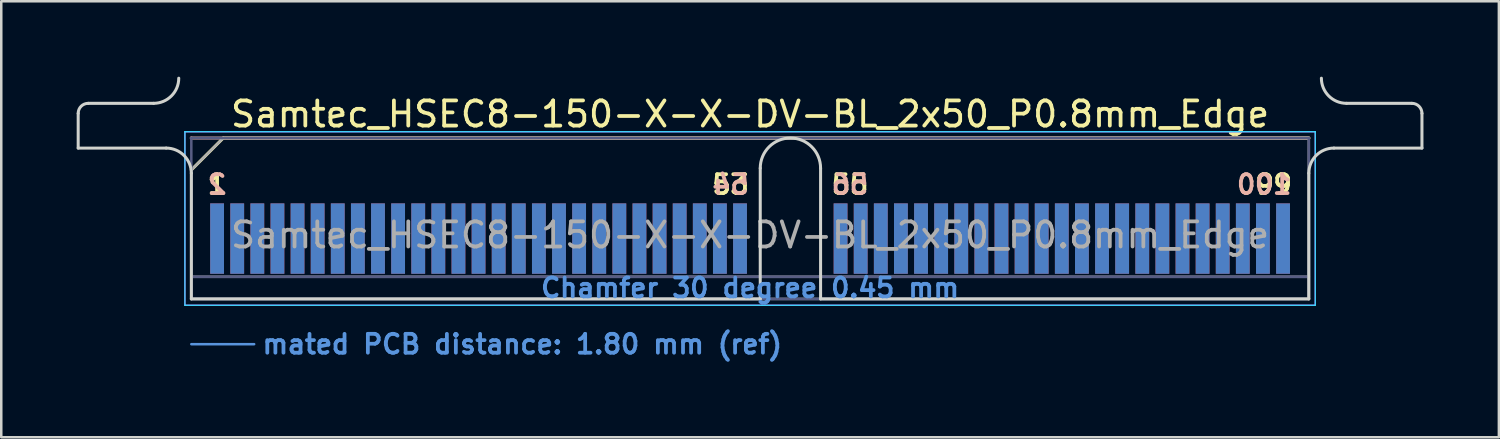
<source format=kicad_pcb>
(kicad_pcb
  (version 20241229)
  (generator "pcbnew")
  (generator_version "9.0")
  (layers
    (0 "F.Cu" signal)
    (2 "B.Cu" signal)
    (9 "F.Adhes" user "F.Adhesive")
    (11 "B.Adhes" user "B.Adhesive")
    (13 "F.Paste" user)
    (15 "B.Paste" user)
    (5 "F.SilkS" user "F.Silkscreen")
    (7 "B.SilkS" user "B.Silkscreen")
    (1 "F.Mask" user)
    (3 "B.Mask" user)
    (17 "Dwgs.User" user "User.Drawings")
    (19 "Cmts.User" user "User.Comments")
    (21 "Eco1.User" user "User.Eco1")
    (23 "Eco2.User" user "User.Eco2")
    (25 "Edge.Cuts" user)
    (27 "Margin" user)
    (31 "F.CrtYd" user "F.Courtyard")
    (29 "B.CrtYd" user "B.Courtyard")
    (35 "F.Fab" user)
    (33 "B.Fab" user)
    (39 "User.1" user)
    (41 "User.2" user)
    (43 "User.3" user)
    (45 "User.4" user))
  (footprint "Samtec_HSEC8-150-X-X-DV-BL_2x50_P0.8mm_Edge"
    (layer "F.Cu")
    (at 26.785 8.84)
    (property "Reference" "Samtec_HSEC8-150-X-X-DV-BL_2x50_P0.8mm_Edge" (at 0 -7.35 0) (layer "F.SilkS") (effects (font (size 1 1) (thickness 0.15))))
    (attr exclude_from_pos_files exclude_from_bom)
    (fp_line (start -22.225 -5.13) (end -20.955 -6.4) (stroke (width 0.12) (type solid)) (layer "F.SilkS"))
    (fp_line (start -20.955 -6.4) (end 22.225 -6.4) (stroke (width 0.12) (type solid)) (layer "F.SilkS"))
    (fp_line (start -22.225 -6.4) (end -22.225 -6.4) (stroke (width 0.12) (type solid)) (layer "B.SilkS"))
    (fp_line (start -22.225 -6.4) (end 22.225 -6.4) (stroke (width 0.12) (type solid)) (layer "B.SilkS"))
    (fp_line (start -22.225 1.8) (end -19.725 1.8) (stroke (width 0.1) (type solid)) (layer "Cmts.User"))
    (fp_line (start -26.725 -6) (end -26.725 -7.38) (stroke (width 0.12) (type solid)) (layer "Edge.Cuts"))
    (fp_line (start -26.325 -7.78) (end -23.725 -7.78) (stroke (width 0.12) (type solid)) (layer "Edge.Cuts"))
    (fp_line (start -23.225 -6) (end -26.725 -6) (stroke (width 0.12) (type solid)) (layer "Edge.Cuts"))
    (fp_line (start -22.225 -5) (end -22.225 0) (stroke (width 0.12) (type solid)) (layer "Edge.Cuts"))
    (fp_line (start -22.225 0) (end 0.405 0) (stroke (width 0.12) (type solid)) (layer "Edge.Cuts"))
    (fp_line (start 0.405 0) (end 0.405 -5.2) (stroke (width 0.12) (type solid)) (layer "Edge.Cuts"))
    (fp_line (start 2.805 -5.2) (end 2.805 0) (stroke (width 0.12) (type solid)) (layer "Edge.Cuts"))
    (fp_line (start 2.805 0) (end 22.225 0) (stroke (width 0.12) (type solid)) (layer "Edge.Cuts"))
    (fp_line (start 22.225 0) (end 22.225 -5) (stroke (width 0.12) (type solid)) (layer "Edge.Cuts"))
    (fp_line (start 23.225 -6) (end 26.725 -6) (stroke (width 0.12) (type solid)) (layer "Edge.Cuts"))
    (fp_line (start 26.325 -7.78) (end 23.725 -7.78) (stroke (width 0.12) (type solid)) (layer "Edge.Cuts"))
    (fp_line (start 26.725 -6) (end 26.725 -7.38) (stroke (width 0.12) (type solid)) (layer "Edge.Cuts"))
    (fp_arc (start -26.725 -7.38) (mid -26.607843 -7.662843) (end -26.325 -7.78) (stroke (width 0.12) (type solid)) (layer "Edge.Cuts"))
    (fp_arc (start -23.225 -6) (mid -22.517893 -5.707107) (end -22.225 -5) (stroke (width 0.12) (type solid)) (layer "Edge.Cuts"))
    (fp_arc (start -22.725 -8.78) (mid -23.017893 -8.072893) (end -23.725 -7.78) (stroke (width 0.12) (type solid)) (layer "Edge.Cuts"))
    (fp_arc (start 0.405 -5.2) (mid 1.605 -6.4) (end 2.805 -5.2) (stroke (width 0.12) (type solid)) (layer "Edge.Cuts"))
    (fp_arc (start 22.225 -5) (mid 22.517893 -5.707107) (end 23.225 -6) (stroke (width 0.12) (type solid)) (layer "Edge.Cuts"))
    (fp_arc (start 23.725 -7.78) (mid 23.017893 -8.072893) (end 22.725 -8.78) (stroke (width 0.12) (type solid)) (layer "Edge.Cuts"))
    (fp_arc (start 26.325 -7.78) (mid 26.607843 -7.662843) (end 26.725 -7.38) (stroke (width 0.12) (type solid)) (layer "Edge.Cuts"))
    (fp_line (start -22.48 -6.65) (end -22.48 0.25) (stroke (width 0.05) (type solid)) (layer "B.CrtYd"))
    (fp_line (start -22.48 0.25) (end 22.48 0.25) (stroke (width 0.05) (type solid)) (layer "B.CrtYd"))
    (fp_line (start 22.48 -6.65) (end -22.48 -6.65) (stroke (width 0.05) (type solid)) (layer "B.CrtYd"))
    (fp_line (start 22.48 0.25) (end 22.48 -6.65) (stroke (width 0.05) (type solid)) (layer "B.CrtYd"))
    (fp_line (start -22.48 -6.65) (end -22.48 0.25) (stroke (width 0.05) (type solid)) (layer "F.CrtYd"))
    (fp_line (start -22.48 0.25) (end 22.48 0.25) (stroke (width 0.05) (type solid)) (layer "F.CrtYd"))
    (fp_line (start 22.48 -6.65) (end -22.48 -6.65) (stroke (width 0.05) (type solid)) (layer "F.CrtYd"))
    (fp_line (start 22.48 0.25) (end 22.48 -6.65) (stroke (width 0.05) (type solid)) (layer "F.CrtYd"))
    (fp_line (start -22.225 -6.4) (end -22.225 -6.4) (stroke (width 0.1) (type solid)) (layer "B.Fab"))
    (fp_line (start -22.225 -6.4) (end -22.225 0) (stroke (width 0.1) (type solid)) (layer "B.Fab"))
    (fp_line (start -22.225 -6.4) (end 22.225 -6.4) (stroke (width 0.1) (type solid)) (layer "B.Fab"))
    (fp_line (start -22.225 -0.88) (end 22.225 -0.88) (stroke (width 0.1) (type solid)) (layer "B.Fab"))
    (fp_line (start -22.225 0) (end 22.225 0) (stroke (width 0.1) (type solid)) (layer "B.Fab"))
    (fp_line (start 22.225 -6.4) (end 22.225 0) (stroke (width 0.1) (type solid)) (layer "B.Fab"))
    (fp_line (start -22.225 -5.13) (end -22.225 0) (stroke (width 0.1) (type solid)) (layer "F.Fab"))
    (fp_line (start -22.225 -5.13) (end -20.955 -6.4) (stroke (width 0.1) (type solid)) (layer "F.Fab"))
    (fp_line (start -22.225 -0.88) (end 22.225 -0.88) (stroke (width 0.1) (type solid)) (layer "F.Fab"))
    (fp_line (start -22.225 0) (end 22.225 0) (stroke (width 0.1) (type solid)) (layer "F.Fab"))
    (fp_line (start -20.955 -6.4) (end 22.225 -6.4) (stroke (width 0.1) (type solid)) (layer "F.Fab"))
    (fp_line (start 22.225 -6.4) (end 22.225 0) (stroke (width 0.1) (type solid)) (layer "F.Fab"))
    (fp_text user "55" (at 3.975 -4.55 0) (layer "F.SilkS") (effects (font (size 0.75 0.75) (thickness 0.15))))
    (fp_text user "53" (at -0.775 -4.55 0) (layer "F.SilkS") (effects (font (size 0.75 0.75) (thickness 0.15))))
    (fp_text user "99" (at 20.825 -4.55 0) (layer "F.SilkS") (effects (font (size 0.75 0.75) (thickness 0.15))))
    (fp_text user "1" (at -21.2 -4.55 0) (layer "F.SilkS") (effects (font (size 0.75 0.75) (thickness 0.15))))
    (fp_text user "56" (at 3.975 -4.55 0) (layer "B.SilkS") (effects (font (size 0.75 0.75) (thickness 0.15)) (justify mirror)))
    (fp_text user "2" (at -21.2 -4.55 0) (layer "B.SilkS") (effects (font (size 0.75 0.75) (thickness 0.15)) (justify mirror)))
    (fp_text user "54" (at -0.775 -4.55 0) (layer "B.SilkS") (effects (font (size 0.75 0.75) (thickness 0.15)) (justify mirror)))
    (fp_text user "100" (at 20.45 -4.55 0) (layer "B.SilkS") (effects (font (size 0.75 0.75) (thickness 0.15)) (justify mirror)))
    (fp_text user "Chamfer 30 degree 0.45 mm" (at 0 -0.44 0) (layer "Cmts.User") (effects (font (size 0.75 0.75) (thickness 0.15))))
    (fp_text user "mated PCB distance: 1.80 mm (ref)" (at -19.48 1.8 0) (layer "Cmts.User") (effects (font (size 0.75 0.75) (thickness 0.15)) (justify left)))
    (fp_text user "${REFERENCE}" (at 0 -2.54 0) (layer "F.Fab") (effects (font (size 1 1) (thickness 0.15))))
    (pad "1" connect rect (at -21.2 -2.4) (size 0.55 2.8) (layers "F.Cu" "F.Mask"))
    (pad "2" connect rect (at -21.2 -2.4) (size 0.55 2.8) (layers "B.Cu" "B.Mask"))
    (pad "3" connect rect (at -20.4 -2.4) (size 0.55 2.8) (layers "F.Cu" "F.Mask"))
    (pad "4" connect rect (at -20.4 -2.4) (size 0.55 2.8) (layers "B.Cu" "B.Mask"))
    (pad "5" connect rect (at -19.6 -2.4) (size 0.55 2.8) (layers "F.Cu" "F.Mask"))
    (pad "6" connect rect (at -19.6 -2.4) (size 0.55 2.8) (layers "B.Cu" "B.Mask"))
    (pad "7" connect rect (at -18.8 -2.4) (size 0.55 2.8) (layers "F.Cu" "F.Mask"))
    (pad "8" connect rect (at -18.8 -2.4) (size 0.55 2.8) (layers "B.Cu" "B.Mask"))
    (pad "9" connect rect (at -18 -2.4) (size 0.55 2.8) (layers "F.Cu" "F.Mask"))
    (pad "10" connect rect (at -18 -2.4) (size 0.55 2.8) (layers "B.Cu" "B.Mask"))
    (pad "11" connect rect (at -17.2 -2.4) (size 0.55 2.8) (layers "F.Cu" "F.Mask"))
    (pad "12" connect rect (at -17.2 -2.4) (size 0.55 2.8) (layers "B.Cu" "B.Mask"))
    (pad "13" connect rect (at -16.4 -2.4) (size 0.55 2.8) (layers "F.Cu" "F.Mask"))
    (pad "14" connect rect (at -16.4 -2.4) (size 0.55 2.8) (layers "B.Cu" "B.Mask"))
    (pad "15" connect rect (at -15.6 -2.4) (size 0.55 2.8) (layers "F.Cu" "F.Mask"))
    (pad "16" connect rect (at -15.6 -2.4) (size 0.55 2.8) (layers "B.Cu" "B.Mask"))
    (pad "17" connect rect (at -14.8 -2.4) (size 0.55 2.8) (layers "F.Cu" "F.Mask"))
    (pad "18" connect rect (at -14.8 -2.4) (size 0.55 2.8) (layers "B.Cu" "B.Mask"))
    (pad "19" connect rect (at -14 -2.4) (size 0.55 2.8) (layers "F.Cu" "F.Mask"))
    (pad "20" connect rect (at -14 -2.4) (size 0.55 2.8) (layers "B.Cu" "B.Mask"))
    (pad "21" connect rect (at -13.2 -2.4) (size 0.55 2.8) (layers "F.Cu" "F.Mask"))
    (pad "22" connect rect (at -13.2 -2.4) (size 0.55 2.8) (layers "B.Cu" "B.Mask"))
    (pad "23" connect rect (at -12.4 -2.4) (size 0.55 2.8) (layers "F.Cu" "F.Mask"))
    (pad "24" connect rect (at -12.4 -2.4) (size 0.55 2.8) (layers "B.Cu" "B.Mask"))
    (pad "25" connect rect (at -11.6 -2.4) (size 0.55 2.8) (layers "F.Cu" "F.Mask"))
    (pad "26" connect rect (at -11.6 -2.4) (size 0.55 2.8) (layers "B.Cu" "B.Mask"))
    (pad "27" connect rect (at -10.8 -2.4) (size 0.55 2.8) (layers "F.Cu" "F.Mask"))
    (pad "28" connect rect (at -10.8 -2.4) (size 0.55 2.8) (layers "B.Cu" "B.Mask"))
    (pad "29" connect rect (at -10 -2.4) (size 0.55 2.8) (layers "F.Cu" "F.Mask"))
    (pad "30" connect rect (at -10 -2.4) (size 0.55 2.8) (layers "B.Cu" "B.Mask"))
    (pad "31" connect rect (at -9.2 -2.4) (size 0.55 2.8) (layers "F.Cu" "F.Mask"))
    (pad "32" connect rect (at -9.2 -2.4) (size 0.55 2.8) (layers "B.Cu" "B.Mask"))
    (pad "33" connect rect (at -8.4 -2.4) (size 0.55 2.8) (layers "F.Cu" "F.Mask"))
    (pad "34" connect rect (at -8.4 -2.4) (size 0.55 2.8) (layers "B.Cu" "B.Mask"))
    (pad "35" connect rect (at -7.6 -2.4) (size 0.55 2.8) (layers "F.Cu" "F.Mask"))
    (pad "36" connect rect (at -7.6 -2.4) (size 0.55 2.8) (layers "B.Cu" "B.Mask"))
    (pad "37" connect rect (at -6.8 -2.4) (size 0.55 2.8) (layers "F.Cu" "F.Mask"))
    (pad "38" connect rect (at -6.8 -2.4) (size 0.55 2.8) (layers "B.Cu" "B.Mask"))
    (pad "39" connect rect (at -6 -2.4) (size 0.55 2.8) (layers "F.Cu" "F.Mask"))
    (pad "40" connect rect (at -6 -2.4) (size 0.55 2.8) (layers "B.Cu" "B.Mask"))
    (pad "41" connect rect (at -5.2 -2.4) (size 0.55 2.8) (layers "F.Cu" "F.Mask"))
    (pad "42" connect rect (at -5.2 -2.4) (size 0.55 2.8) (layers "B.Cu" "B.Mask"))
    (pad "43" connect rect (at -4.4 -2.4) (size 0.55 2.8) (layers "F.Cu" "F.Mask"))
    (pad "44" connect rect (at -4.4 -2.4) (size 0.55 2.8) (layers "B.Cu" "B.Mask"))
    (pad "45" connect rect (at -3.6 -2.4) (size 0.55 2.8) (layers "F.Cu" "F.Mask"))
    (pad "46" connect rect (at -3.6 -2.4) (size 0.55 2.8) (layers "B.Cu" "B.Mask"))
    (pad "47" connect rect (at -2.8 -2.4) (size 0.55 2.8) (layers "F.Cu" "F.Mask"))
    (pad "48" connect rect (at -2.8 -2.4) (size 0.55 2.8) (layers "B.Cu" "B.Mask"))
    (pad "49" connect rect (at -2 -2.4) (size 0.55 2.8) (layers "F.Cu" "F.Mask"))
    (pad "50" connect rect (at -2 -2.4) (size 0.55 2.8) (layers "B.Cu" "B.Mask"))
    (pad "51" connect rect (at -1.2 -2.4) (size 0.55 2.8) (layers "F.Cu" "F.Mask"))
    (pad "52" connect rect (at -1.2 -2.4) (size 0.55 2.8) (layers "B.Cu" "B.Mask"))
    (pad "53" connect rect (at -0.4 -2.4) (size 0.55 2.8) (layers "F.Cu" "F.Mask"))
    (pad "54" connect rect (at -0.4 -2.4) (size 0.55 2.8) (layers "B.Cu" "B.Mask"))
    (pad "55" connect rect (at 3.6 -2.4) (size 0.55 2.8) (layers "F.Cu" "F.Mask"))
    (pad "56" connect rect (at 3.6 -2.4) (size 0.55 2.8) (layers "B.Cu" "B.Mask"))
    (pad "57" connect rect (at 4.4 -2.4) (size 0.55 2.8) (layers "F.Cu" "F.Mask"))
    (pad "58" connect rect (at 4.4 -2.4) (size 0.55 2.8) (layers "B.Cu" "B.Mask"))
    (pad "59" connect rect (at 5.2 -2.4) (size 0.55 2.8) (layers "F.Cu" "F.Mask"))
    (pad "60" connect rect (at 5.2 -2.4) (size 0.55 2.8) (layers "B.Cu" "B.Mask"))
    (pad "61" connect rect (at 6 -2.4) (size 0.55 2.8) (layers "F.Cu" "F.Mask"))
    (pad "62" connect rect (at 6 -2.4) (size 0.55 2.8) (layers "B.Cu" "B.Mask"))
    (pad "63" connect rect (at 6.8 -2.4) (size 0.55 2.8) (layers "F.Cu" "F.Mask"))
    (pad "64" connect rect (at 6.8 -2.4) (size 0.55 2.8) (layers "B.Cu" "B.Mask"))
    (pad "65" connect rect (at 7.6 -2.4) (size 0.55 2.8) (layers "F.Cu" "F.Mask"))
    (pad "66" connect rect (at 7.6 -2.4) (size 0.55 2.8) (layers "B.Cu" "B.Mask"))
    (pad "67" connect rect (at 8.4 -2.4) (size 0.55 2.8) (layers "F.Cu" "F.Mask"))
    (pad "68" connect rect (at 8.4 -2.4) (size 0.55 2.8) (layers "B.Cu" "B.Mask"))
    (pad "69" connect rect (at 9.2 -2.4) (size 0.55 2.8) (layers "F.Cu" "F.Mask"))
    (pad "70" connect rect (at 9.2 -2.4) (size 0.55 2.8) (layers "B.Cu" "B.Mask"))
    (pad "71" connect rect (at 10 -2.4) (size 0.55 2.8) (layers "F.Cu" "F.Mask"))
    (pad "72" connect rect (at 10 -2.4) (size 0.55 2.8) (layers "B.Cu" "B.Mask"))
    (pad "73" connect rect (at 10.8 -2.4) (size 0.55 2.8) (layers "F.Cu" "F.Mask"))
    (pad "74" connect rect (at 10.8 -2.4) (size 0.55 2.8) (layers "B.Cu" "B.Mask"))
    (pad "75" connect rect (at 11.6 -2.4) (size 0.55 2.8) (layers "F.Cu" "F.Mask"))
    (pad "76" connect rect (at 11.6 -2.4) (size 0.55 2.8) (layers "B.Cu" "B.Mask"))
    (pad "77" connect rect (at 12.4 -2.4) (size 0.55 2.8) (layers "F.Cu" "F.Mask"))
    (pad "78" connect rect (at 12.4 -2.4) (size 0.55 2.8) (layers "B.Cu" "B.Mask"))
    (pad "79" connect rect (at 13.2 -2.4) (size 0.55 2.8) (layers "F.Cu" "F.Mask"))
    (pad "80" connect rect (at 13.2 -2.4) (size 0.55 2.8) (layers "B.Cu" "B.Mask"))
    (pad "81" connect rect (at 14 -2.4) (size 0.55 2.8) (layers "F.Cu" "F.Mask"))
    (pad "82" connect rect (at 14 -2.4) (size 0.55 2.8) (layers "B.Cu" "B.Mask"))
    (pad "83" connect rect (at 14.8 -2.4) (size 0.55 2.8) (layers "F.Cu" "F.Mask"))
    (pad "84" connect rect (at 14.8 -2.4) (size 0.55 2.8) (layers "B.Cu" "B.Mask"))
    (pad "85" connect rect (at 15.6 -2.4) (size 0.55 2.8) (layers "F.Cu" "F.Mask"))
    (pad "86" connect rect (at 15.6 -2.4) (size 0.55 2.8) (layers "B.Cu" "B.Mask"))
    (pad "87" connect rect (at 16.4 -2.4) (size 0.55 2.8) (layers "F.Cu" "F.Mask"))
    (pad "88" connect rect (at 16.4 -2.4) (size 0.55 2.8) (layers "B.Cu" "B.Mask"))
    (pad "89" connect rect (at 17.2 -2.4) (size 0.55 2.8) (layers "F.Cu" "F.Mask"))
    (pad "90" connect rect (at 17.2 -2.4) (size 0.55 2.8) (layers "B.Cu" "B.Mask"))
    (pad "91" connect rect (at 18 -2.4) (size 0.55 2.8) (layers "F.Cu" "F.Mask"))
    (pad "92" connect rect (at 18 -2.4) (size 0.55 2.8) (layers "B.Cu" "B.Mask"))
    (pad "93" connect rect (at 18.8 -2.4) (size 0.55 2.8) (layers "F.Cu" "F.Mask"))
    (pad "94" connect rect (at 18.8 -2.4) (size 0.55 2.8) (layers "B.Cu" "B.Mask"))
    (pad "95" connect rect (at 19.6 -2.4) (size 0.55 2.8) (layers "F.Cu" "F.Mask"))
    (pad "96" connect rect (at 19.6 -2.4) (size 0.55 2.8) (layers "B.Cu" "B.Mask"))
    (pad "97" connect rect (at 20.4 -2.4) (size 0.55 2.8) (layers "F.Cu" "F.Mask"))
    (pad "98" connect rect (at 20.4 -2.4) (size 0.55 2.8) (layers "B.Cu" "B.Mask"))
    (pad "99" connect rect (at 21.2 -2.4) (size 0.55 2.8) (layers "F.Cu" "F.Mask"))
    (pad "100" connect rect (at 21.2 -2.4) (size 0.55 2.8) (layers "B.Cu" "B.Mask")))
  (gr_rect
    (start -3 -3)
    (end 56.57 14.342)
    (stroke (width 0.1) (type default))
    (fill no)
    (layer "Edge.Cuts")))
</source>
